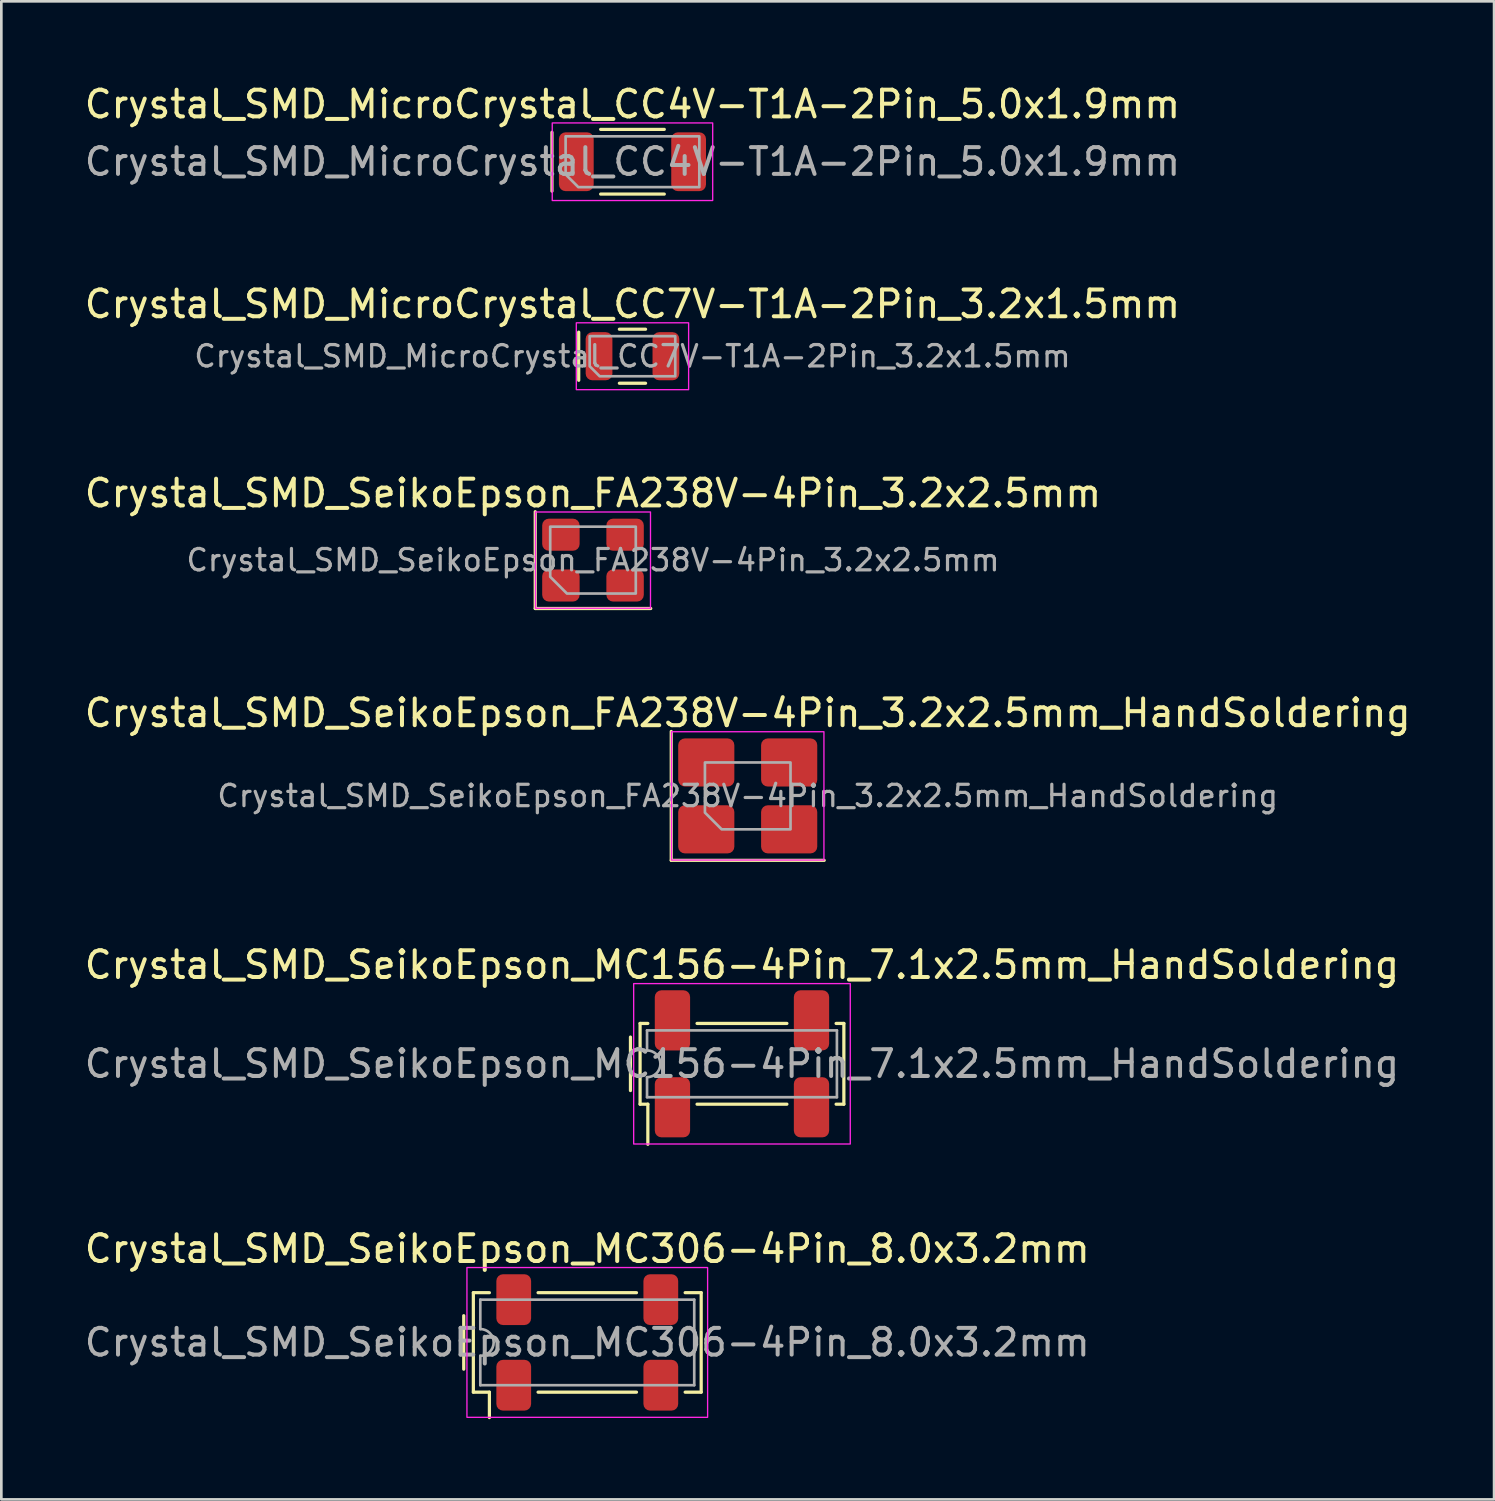
<source format=kicad_pcb>
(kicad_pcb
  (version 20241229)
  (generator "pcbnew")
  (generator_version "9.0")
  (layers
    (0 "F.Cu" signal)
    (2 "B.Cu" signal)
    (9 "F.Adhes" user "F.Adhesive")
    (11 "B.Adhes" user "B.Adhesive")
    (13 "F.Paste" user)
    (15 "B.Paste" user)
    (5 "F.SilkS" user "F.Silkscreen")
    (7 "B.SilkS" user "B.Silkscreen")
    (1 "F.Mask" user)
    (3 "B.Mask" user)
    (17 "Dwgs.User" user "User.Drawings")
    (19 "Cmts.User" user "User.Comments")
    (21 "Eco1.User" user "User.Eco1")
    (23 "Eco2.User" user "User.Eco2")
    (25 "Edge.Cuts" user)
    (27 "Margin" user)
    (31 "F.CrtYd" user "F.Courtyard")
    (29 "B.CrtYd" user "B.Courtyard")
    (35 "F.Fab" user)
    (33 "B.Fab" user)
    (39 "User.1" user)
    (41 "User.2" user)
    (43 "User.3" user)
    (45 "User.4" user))
  (footprint "Crystal_SMD_SeikoEpson_MC156-4Pin_7.1x2.5mm_HandSoldering"
    (layer "F.Cu")
    (at 24.696 36.731)
    (property "Reference" "Crystal_SMD_SeikoEpson_MC156-4Pin_7.1x2.5mm_HandSoldering" (at 0 -3.7 0) (layer "F.SilkS") (effects (font (size 1 1) (thickness 0.15))))
    (attr smd)
    (fp_line (start -4.17 1) (end -4.17 -1) (stroke (width 0.12) (type solid)) (layer "F.SilkS"))
    (fp_line (start -3.81 -1.51) (end -3.52 -1.51) (stroke (width 0.12) (type solid)) (layer "F.SilkS"))
    (fp_line (start -3.81 1.51) (end -3.81 -1.51) (stroke (width 0.12) (type solid)) (layer "F.SilkS"))
    (fp_line (start -3.52 1.51) (end -3.81 1.51) (stroke (width 0.12) (type solid)) (layer "F.SilkS"))
    (fp_line (start -3.52 3.01) (end -3.52 1.51) (stroke (width 0.12) (type solid)) (layer "F.SilkS"))
    (fp_line (start -1.68 -1.51) (end 1.68 -1.51) (stroke (width 0.12) (type solid)) (layer "F.SilkS"))
    (fp_line (start 1.68 1.51) (end -1.68 1.51) (stroke (width 0.12) (type solid)) (layer "F.SilkS"))
    (fp_line (start 3.52 -1.51) (end 3.81 -1.51) (stroke (width 0.12) (type solid)) (layer "F.SilkS"))
    (fp_line (start 3.81 -1.51) (end 3.81 1.51) (stroke (width 0.12) (type solid)) (layer "F.SilkS"))
    (fp_line (start 3.81 1.51) (end 3.52 1.51) (stroke (width 0.12) (type solid)) (layer "F.SilkS"))
    (fp_rect (start -4.05 -3) (end 4.05 3) (stroke (width 0.05) (type solid)) (fill no) (layer "F.CrtYd"))
    (fp_line (start -3.55 -1.25) (end 3.55 -1.25) (stroke (width 0.1) (type solid)) (layer "F.Fab"))
    (fp_line (start -3.55 -0.5) (end -3.55 -1.25) (stroke (width 0.1) (type solid)) (layer "F.Fab"))
    (fp_line (start -3.55 1.25) (end -3.55 0.5) (stroke (width 0.1) (type solid)) (layer "F.Fab"))
    (fp_line (start 3.55 -1.25) (end 3.55 1.25) (stroke (width 0.1) (type solid)) (layer "F.Fab"))
    (fp_line (start 3.55 1.25) (end -3.55 1.25) (stroke (width 0.1) (type solid)) (layer "F.Fab"))
    (fp_arc (start -3.55 -0.5) (mid -3.05 0) (end -3.55 0.5) (stroke (width 0.1) (type solid)) (layer "F.Fab"))
    (fp_text user "${REFERENCE}" (at 0 0 0) (layer "F.Fab") (effects (font (size 1 1) (thickness 0.15))))
    (pad "1" smd roundrect (at -2.6 1.625) (size 1.32 2.25) (layers "F.Cu" "F.Mask" "F.Paste") (roundrect_rratio 0.189))
    (pad "2" smd roundrect (at 2.6 1.625) (size 1.32 2.25) (layers "F.Cu" "F.Mask" "F.Paste") (roundrect_rratio 0.189))
    (pad "3" smd roundrect (at 2.6 -1.625) (size 1.32 2.25) (layers "F.Cu" "F.Mask" "F.Paste") (roundrect_rratio 0.189))
    (pad "4" smd roundrect (at -2.6 -1.625) (size 1.32 2.25) (layers "F.Cu" "F.Mask" "F.Paste") (roundrect_rratio 0.189)))
  (footprint "Crystal_SMD_MicroCrystal_CC7V-T1A-2Pin_3.2x1.5mm"
    (layer "F.Cu")
    (at 20.601 10.271)
    (property "Reference" "Crystal_SMD_MicroCrystal_CC7V-T1A-2Pin_3.2x1.5mm" (at 0 -1.95 0) (layer "F.SilkS") (effects (font (size 1 1) (thickness 0.15))))
    (attr smd)
    (fp_line (start -2.01 -0.9) (end -2.01 0.9) (stroke (width 0.12) (type solid)) (layer "F.SilkS"))
    (fp_line (start -0.49 -1.01) (end 0.49 -1.01) (stroke (width 0.12) (type solid)) (layer "F.SilkS"))
    (fp_line (start -0.49 1.01) (end 0.49 1.01) (stroke (width 0.12) (type solid)) (layer "F.SilkS"))
    (fp_rect (start -2.1 -1.25) (end 2.1 1.25) (stroke (width 0.05) (type solid)) (fill no) (layer "F.CrtYd"))
    (fp_poly (pts (xy -1.6 -0.75) (xy -1.6 0.375) (xy -1.225 0.75) (xy 1.6 0.75) (xy 1.6 -0.75)) (stroke (width 0.1) (type solid)) (fill no) (layer "F.Fab"))
    (fp_text user "${REFERENCE}" (at 0 0 0) (layer "F.Fab") (effects (font (size 0.8 0.8) (thickness 0.12))))
    (pad "1" smd roundrect (at -1.25 0) (size 1 1.8) (layers "F.Cu" "F.Mask" "F.Paste") (roundrect_rratio 0.25))
    (pad "2" smd roundrect (at 1.25 0) (size 1 1.8) (layers "F.Cu" "F.Mask" "F.Paste") (roundrect_rratio 0.25)))
  (footprint "Crystal_SMD_MicroCrystal_CC4V-T1A-2Pin_5.0x1.9mm"
    (layer "F.Cu")
    (at 20.601 2.998)
    (property "Reference" "Crystal_SMD_MicroCrystal_CC4V-T1A-2Pin_5.0x1.9mm" (at 0 -2.15 0) (layer "F.SilkS") (effects (font (size 1 1) (thickness 0.15))))
    (attr smd)
    (fp_line (start -3.01 -1.1) (end -3.01 1.1) (stroke (width 0.12) (type solid)) (layer "F.SilkS"))
    (fp_line (start -1.19 -1.21) (end 1.19 -1.21) (stroke (width 0.12) (type solid)) (layer "F.SilkS"))
    (fp_line (start -1.19 1.21) (end 1.19 1.21) (stroke (width 0.12) (type solid)) (layer "F.SilkS"))
    (fp_rect (start -3 -1.45) (end 3 1.45) (stroke (width 0.05) (type solid)) (fill no) (layer "F.CrtYd"))
    (fp_poly (pts (xy -2.5 -0.95) (xy -2.5 0.475) (xy -2.025 0.95) (xy 2.5 0.95) (xy 2.5 -0.95)) (stroke (width 0.1) (type solid)) (fill no) (layer "F.Fab"))
    (fp_text user "${REFERENCE}" (at 0 0 0) (layer "F.Fab") (effects (font (size 1 1) (thickness 0.15))))
    (pad "1" smd roundrect (at -2.1 0) (size 1.3 2.2) (layers "F.Cu" "F.Mask" "F.Paste") (roundrect_rratio 0.192))
    (pad "2" smd roundrect (at 2.1 0) (size 1.3 2.2) (layers "F.Cu" "F.Mask" "F.Paste") (roundrect_rratio 0.192)))
  (footprint "Crystal_SMD_SeikoEpson_MC306-4Pin_8.0x3.2mm"
    (layer "F.Cu")
    (at 18.911 47.15)
    (property "Reference" "Crystal_SMD_SeikoEpson_MC306-4Pin_8.0x3.2mm" (at 0 -3.5 0) (layer "F.SilkS") (effects (font (size 1 1) (thickness 0.15))))
    (attr smd)
    (fp_line (start -4.62 1) (end -4.62 -1) (stroke (width 0.12) (type solid)) (layer "F.SilkS"))
    (fp_line (start -4.26 -1.86) (end -3.66 -1.86) (stroke (width 0.12) (type solid)) (layer "F.SilkS"))
    (fp_line (start -4.26 1.86) (end -4.26 -1.86) (stroke (width 0.12) (type solid)) (layer "F.SilkS"))
    (fp_line (start -3.66 1.86) (end -4.26 1.86) (stroke (width 0.12) (type solid)) (layer "F.SilkS"))
    (fp_line (start -3.66 2.81) (end -3.66 1.86) (stroke (width 0.12) (type solid)) (layer "F.SilkS"))
    (fp_line (start -1.84 -1.86) (end 1.84 -1.86) (stroke (width 0.12) (type solid)) (layer "F.SilkS"))
    (fp_line (start 1.84 1.86) (end -1.84 1.86) (stroke (width 0.12) (type solid)) (layer "F.SilkS"))
    (fp_line (start 3.66 -1.86) (end 4.26 -1.86) (stroke (width 0.12) (type solid)) (layer "F.SilkS"))
    (fp_line (start 4.26 -1.86) (end 4.26 1.86) (stroke (width 0.12) (type solid)) (layer "F.SilkS"))
    (fp_line (start 4.26 1.86) (end 3.66 1.86) (stroke (width 0.12) (type solid)) (layer "F.SilkS"))
    (fp_rect (start -4.5 -2.8) (end 4.5 2.8) (stroke (width 0.05) (type solid)) (fill no) (layer "F.CrtYd"))
    (fp_line (start -4 -1.6) (end 4 -1.6) (stroke (width 0.1) (type solid)) (layer "F.Fab"))
    (fp_line (start -4 -0.5) (end -4 -1.6) (stroke (width 0.1) (type solid)) (layer "F.Fab"))
    (fp_line (start -4 1.6) (end -4 0.5) (stroke (width 0.1) (type solid)) (layer "F.Fab"))
    (fp_line (start 4 -1.6) (end 4 1.6) (stroke (width 0.1) (type solid)) (layer "F.Fab"))
    (fp_line (start 4 1.6) (end -4 1.6) (stroke (width 0.1) (type solid)) (layer "F.Fab"))
    (fp_arc (start -4 -0.5) (mid -3.5 0) (end -4 0.5) (stroke (width 0.1) (type solid)) (layer "F.Fab"))
    (fp_text user "${REFERENCE}" (at 0 0 0) (layer "F.Fab") (effects (font (size 1 1) (thickness 0.15))))
    (pad "1" smd roundrect (at -2.75 1.6) (size 1.3 1.9) (layers "F.Cu" "F.Mask" "F.Paste") (roundrect_rratio 0.192))
    (pad "2" smd roundrect (at 2.75 1.6) (size 1.3 1.9) (layers "F.Cu" "F.Mask" "F.Paste") (roundrect_rratio 0.192))
    (pad "3" smd roundrect (at 2.75 -1.6) (size 1.3 1.9) (layers "F.Cu" "F.Mask" "F.Paste") (roundrect_rratio 0.192))
    (pad "4" smd roundrect (at -2.75 -1.6) (size 1.3 1.9) (layers "F.Cu" "F.Mask" "F.Paste") (roundrect_rratio 0.192)))
  (footprint "Crystal_SMD_SeikoEpson_FA238V-4Pin_3.2x2.5mm"
    (layer "F.Cu")
    (at 19.125 17.895)
    (property "Reference" "Crystal_SMD_SeikoEpson_FA238V-4Pin_3.2x2.5mm" (at 0 -2.5 0) (layer "F.SilkS") (effects (font (size 1 1) (thickness 0.15))))
    (attr smd)
    (fp_line (start -2.16 -1.81) (end -2.16 1.81) (stroke (width 0.12) (type solid)) (layer "F.SilkS"))
    (fp_line (start -2.16 1.81) (end 2.16 1.81) (stroke (width 0.12) (type solid)) (layer "F.SilkS"))
    (fp_rect (start -2.15 -1.8) (end 2.15 1.8) (stroke (width 0.05) (type solid)) (fill no) (layer "F.CrtYd"))
    (fp_poly (pts (xy -1.6 -1.25) (xy -1.6 0.625) (xy -0.975 1.25) (xy 1.6 1.25) (xy 1.6 -1.25)) (stroke (width 0.1) (type solid)) (fill no) (layer "F.Fab"))
    (fp_text user "${REFERENCE}" (at 0 0 0) (layer "F.Fab") (effects (font (size 0.8 0.8) (thickness 0.12))))
    (pad "1" smd roundrect (at -1.2 0.95) (size 1.4 1.2) (layers "F.Cu" "F.Mask" "F.Paste") (roundrect_rratio 0.208))
    (pad "2" smd roundrect (at 1.2 0.95) (size 1.4 1.2) (layers "F.Cu" "F.Mask" "F.Paste") (roundrect_rratio 0.208))
    (pad "3" smd roundrect (at 1.2 -0.95) (size 1.4 1.2) (layers "F.Cu" "F.Mask" "F.Paste") (roundrect_rratio 0.208))
    (pad "4" smd roundrect (at -1.2 -0.95) (size 1.4 1.2) (layers "F.Cu" "F.Mask" "F.Paste") (roundrect_rratio 0.208)))
  (footprint "Crystal_SMD_SeikoEpson_FA238V-4Pin_3.2x2.5mm_HandSoldering"
    (layer "F.Cu")
    (at 24.911 26.713)
    (property "Reference" "Crystal_SMD_SeikoEpson_FA238V-4Pin_3.2x2.5mm_HandSoldering" (at 0 -3.1 0) (layer "F.SilkS") (effects (font (size 1 1) (thickness 0.15))))
    (attr smd)
    (fp_line (start -2.86 -2.41) (end -2.86 2.41) (stroke (width 0.12) (type solid)) (layer "F.SilkS"))
    (fp_line (start -2.86 2.41) (end 2.86 2.41) (stroke (width 0.12) (type solid)) (layer "F.SilkS"))
    (fp_rect (start -2.85 -2.4) (end 2.85 2.4) (stroke (width 0.05) (type solid)) (fill no) (layer "F.CrtYd"))
    (fp_poly (pts (xy -1.6 -1.25) (xy -1.6 0.625) (xy -0.975 1.25) (xy 1.6 1.25) (xy 1.6 -1.25)) (stroke (width 0.1) (type solid)) (fill no) (layer "F.Fab"))
    (fp_text user "${REFERENCE}" (at 0 0 0) (layer "F.Fab") (effects (font (size 0.8 0.8) (thickness 0.12))))
    (pad "1" smd roundrect (at -1.55 1.25) (size 2.1 1.8) (layers "F.Cu" "F.Mask" "F.Paste") (roundrect_rratio 0.139))
    (pad "2" smd roundrect (at 1.55 1.25) (size 2.1 1.8) (layers "F.Cu" "F.Mask" "F.Paste") (roundrect_rratio 0.139))
    (pad "3" smd roundrect (at 1.55 -1.25) (size 2.1 1.8) (layers "F.Cu" "F.Mask" "F.Paste") (roundrect_rratio 0.139))
    (pad "4" smd roundrect (at -1.55 -1.25) (size 2.1 1.8) (layers "F.Cu" "F.Mask" "F.Paste") (roundrect_rratio 0.139)))
  (gr_rect
    (start -3 -3)
    (end 52.821 53.02)
    (stroke (width 0.1) (type default))
    (fill no)
    (layer "Edge.Cuts")))
</source>
